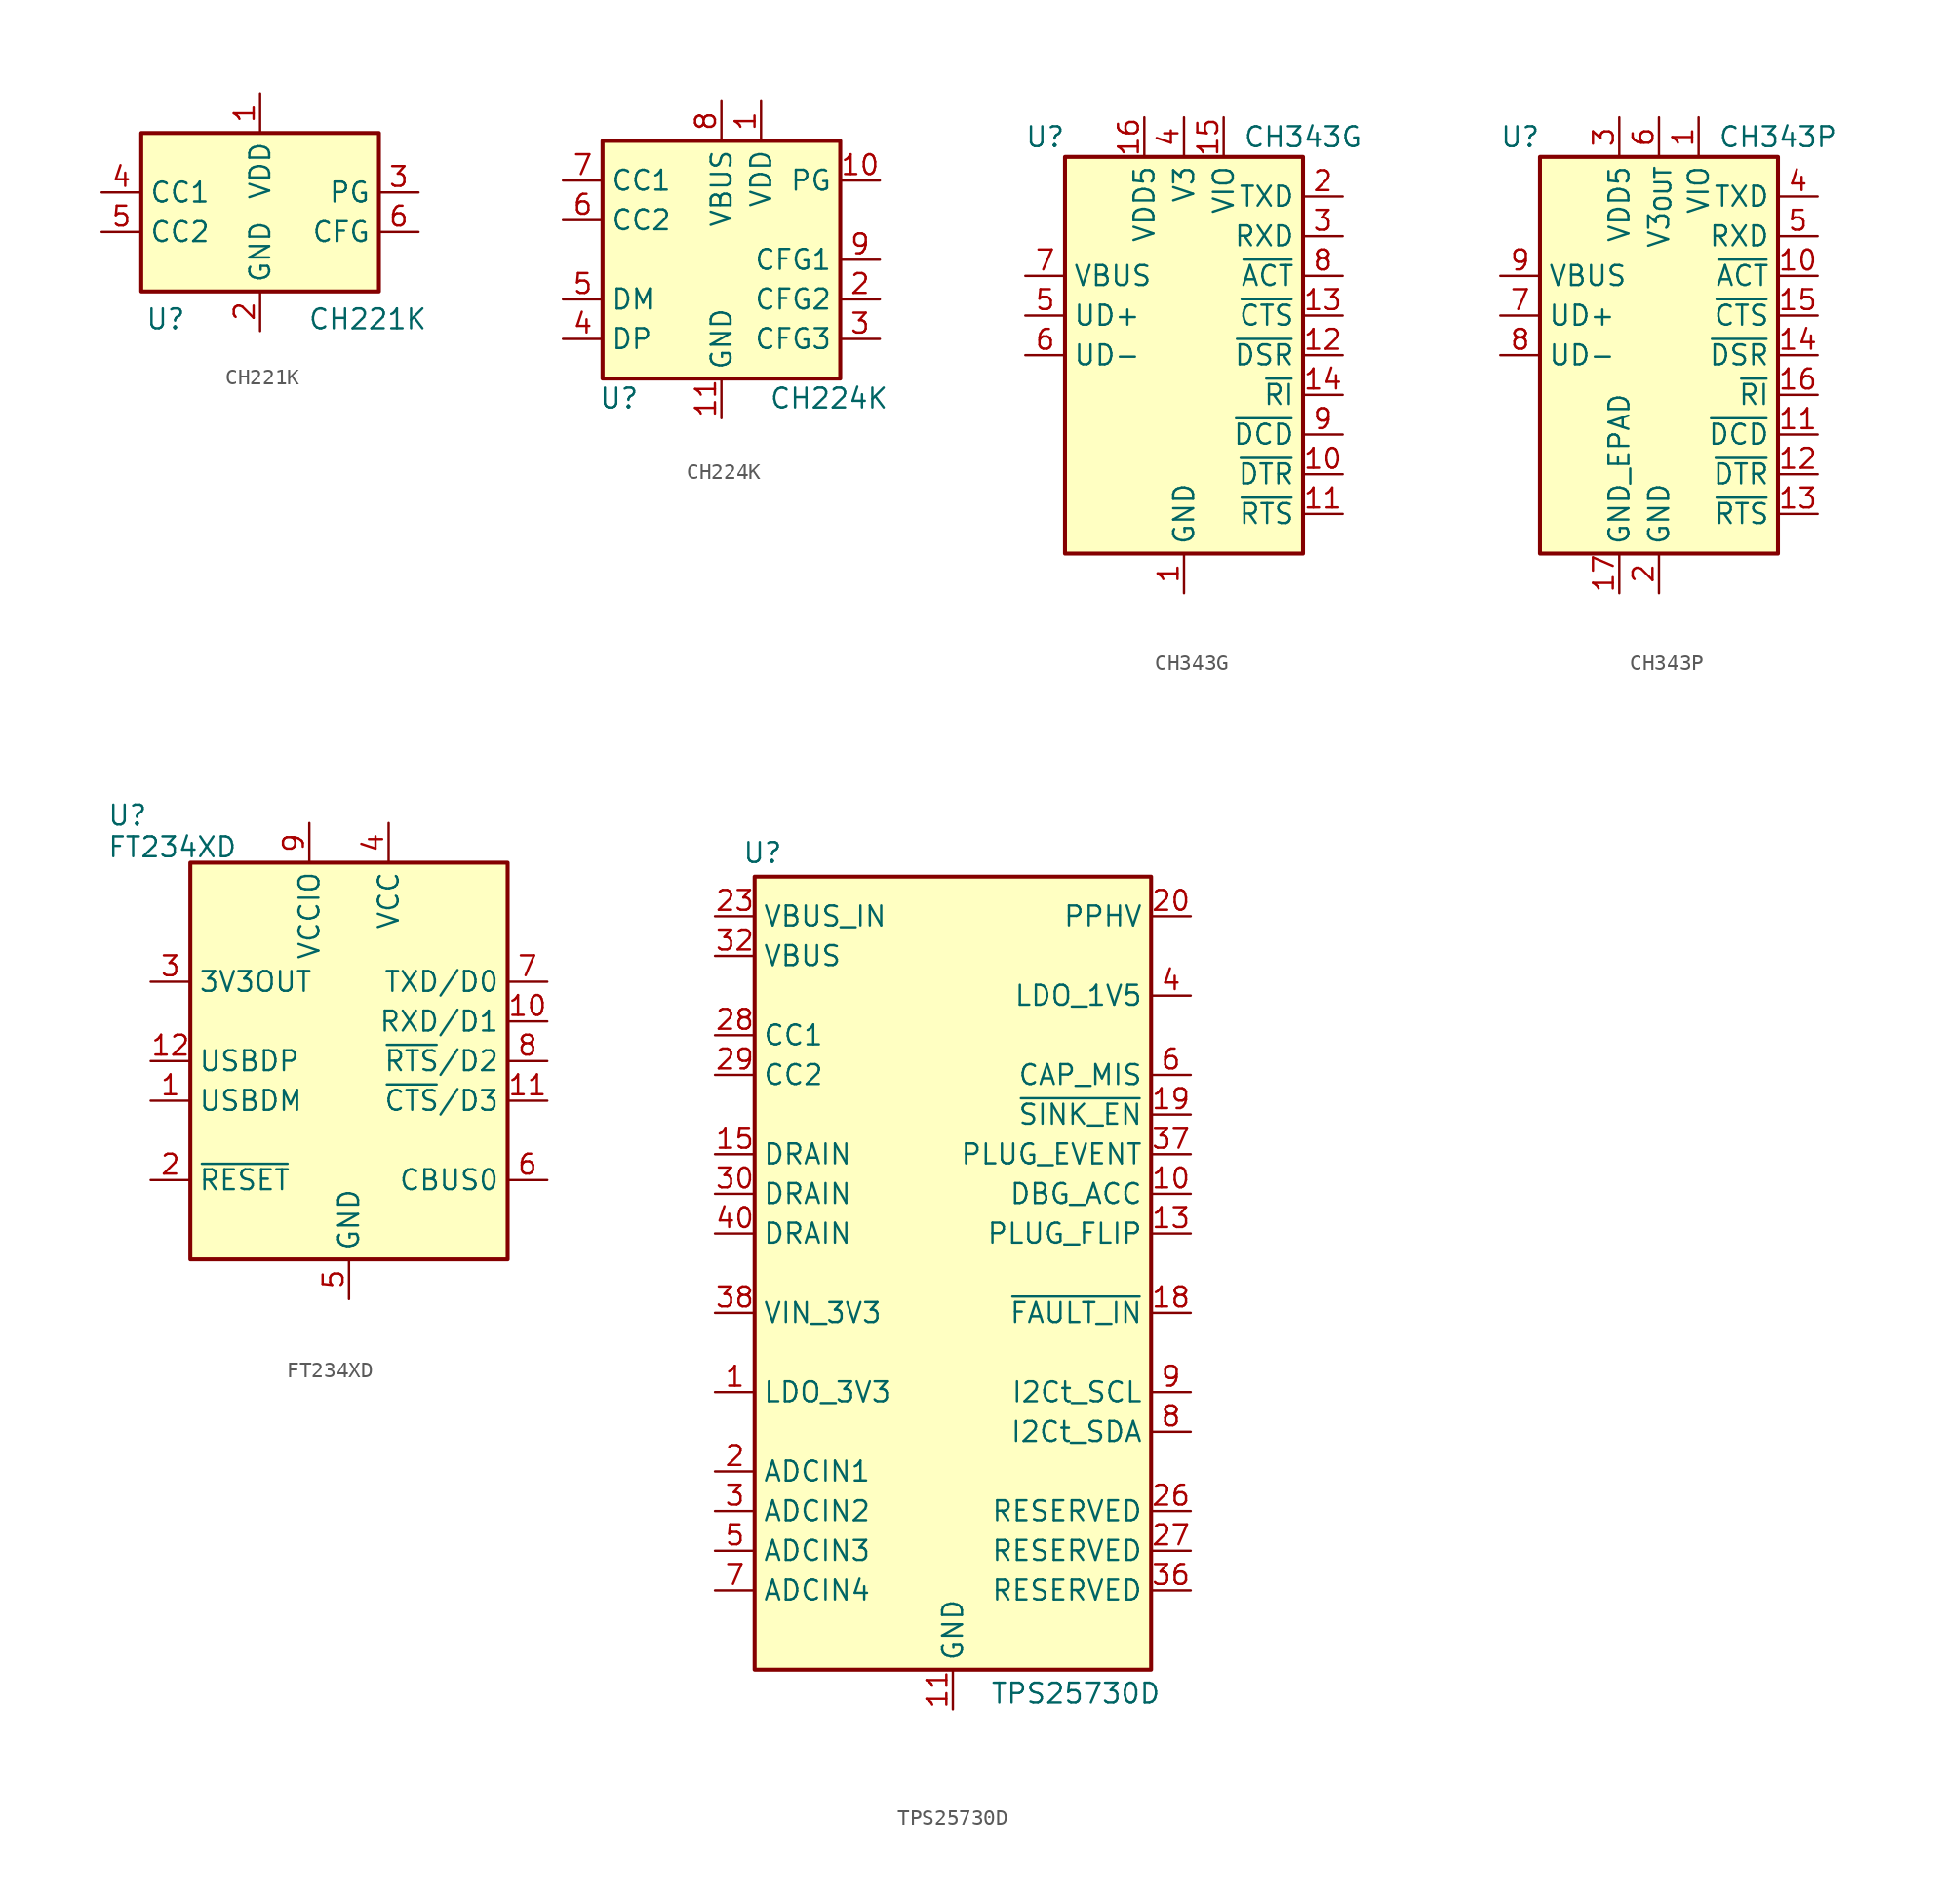
<source format=kicad_sym>
(kicad_symbol_lib
  (version 20231120)
  (generator "kicad_symbol_editor")
  (generator_version "8.0")
  (symbol "CH221K"
    (property "Reference" "U"
      (at -7.366 -6.858 0)
      (effects (font (size 1.27 1.27)) (justify left)))
    (property "Value" "CH221K"
      (at 3.048 -6.858 0)
      (effects (font (size 1.27 1.27)) (justify left)))
    (symbol "CH221K_1_1"
      (rectangle (start -7.62 5.08) (end 7.62 -5.08) (stroke (width 0.254) (type default)) (fill (type background)))
      (pin power_in line (at 0 7.62 270) (length 2.54) (name "VDD" (effects (font (size 1.27 1.27)))) (number "1" (effects (font (size 1.27 1.27)))))
      (pin power_in line (at 0 -7.62 90) (length 2.54) (name "GND" (effects (font (size 1.27 1.27)))) (number "2" (effects (font (size 1.27 1.27)))))
      (pin open_collector line (at 10.16 1.27 180) (length 2.54) (name "PG" (effects (font (size 1.27 1.27)))) (number "3" (effects (font (size 1.27 1.27)))))
      (pin bidirectional line (at -10.16 1.27 0) (length 2.54) (name "CC1" (effects (font (size 1.27 1.27)))) (number "4" (effects (font (size 1.27 1.27)))))
      (pin bidirectional line (at -10.16 -1.27 0) (length 2.54) (name "CC2" (effects (font (size 1.27 1.27)))) (number "5" (effects (font (size 1.27 1.27)))))
      (pin passive line (at 10.16 -1.27 180) (length 2.54) (name "CFG" (effects (font (size 1.27 1.27)))) (number "6" (effects (font (size 1.27 1.27)))))))
  (symbol "CH224K"
    (property "Reference" "U"
      (at -7.874 -8.89 0)
      (effects (font (size 1.27 1.27)) (justify left)))
    (property "Value" "CH224K"
      (at 3.048 -8.89 0)
      (effects (font (size 1.27 1.27)) (justify left)))
    (symbol "CH224K_1_1"
      (rectangle (start -7.62 7.62) (end 7.62 -7.62) (stroke (width 0.254) (type default)) (fill (type background)))
      (pin power_in line (at 2.54 10.16 270) (length 2.54) (name "VDD" (effects (font (size 1.27 1.27)))) (number "1" (effects (font (size 1.27 1.27)))))
      (pin open_collector line (at 10.16 5.08 180) (length 2.54) (name "PG" (effects (font (size 1.27 1.27)))) (number "10" (effects (font (size 1.27 1.27)))))
      (pin power_in line (at 0 -10.16 90) (length 2.54) (name "GND" (effects (font (size 1.27 1.27)))) (number "11" (effects (font (size 1.27 1.27)))))
      (pin passive line (at 10.16 -2.54 180) (length 2.54) (name "CFG2" (effects (font (size 1.27 1.27)))) (number "2" (effects (font (size 1.27 1.27)))))
      (pin passive line (at 10.16 -5.08 180) (length 2.54) (name "CFG3" (effects (font (size 1.27 1.27)))) (number "3" (effects (font (size 1.27 1.27)))))
      (pin bidirectional line (at -10.16 -5.08 0) (length 2.54) (name "DP" (effects (font (size 1.27 1.27)))) (number "4" (effects (font (size 1.27 1.27)))))
      (pin bidirectional line (at -10.16 -2.54 0) (length 2.54) (name "DM" (effects (font (size 1.27 1.27)))) (number "5" (effects (font (size 1.27 1.27)))))
      (pin bidirectional line (at -10.16 2.54 0) (length 2.54) (name "CC2" (effects (font (size 1.27 1.27)))) (number "6" (effects (font (size 1.27 1.27)))))
      (pin bidirectional line (at -10.16 5.08 0) (length 2.54) (name "CC1" (effects (font (size 1.27 1.27)))) (number "7" (effects (font (size 1.27 1.27)))))
      (pin passive line (at 0 10.16 270) (length 2.54) (name "VBUS" (effects (font (size 1.27 1.27)))) (number "8" (effects (font (size 1.27 1.27)))))
      (pin passive line (at 10.16 0 180) (length 2.54) (name "CFG1" (effects (font (size 1.27 1.27)))) (number "9" (effects (font (size 1.27 1.27)))))))
  (symbol "CH343G"
    (property "Reference" "U"
      (at -8.89 13.97 0)
      (effects (font (size 1.27 1.27))))
    (property "Value" "CH343G"
      (at 7.62 13.97 0)
      (effects (font (size 1.27 1.27))))
    (symbol "CH343G_0_1"
      (rectangle (start -7.62 12.7) (end 7.62 -12.7) (stroke (width 0.254) (type default)) (fill (type background))))
    (symbol "CH343G_1_1"
      (pin power_in line (at 0 -15.24 90) (length 2.54) (name "GND" (effects (font (size 1.27 1.27)))) (number "1" (effects (font (size 1.27 1.27)))))
      (pin output line (at 10.16 -7.62 180) (length 2.54) (name "~{DTR}" (effects (font (size 1.27 1.27)))) (number "10" (effects (font (size 1.27 1.27)))))
      (pin output line (at 10.16 -10.16 180) (length 2.54) (name "~{RTS}" (effects (font (size 1.27 1.27)))) (number "11" (effects (font (size 1.27 1.27)))))
      (pin input line (at 10.16 0 180) (length 2.54) (name "~{DSR}" (effects (font (size 1.27 1.27)))) (number "12" (effects (font (size 1.27 1.27)))))
      (pin input line (at 10.16 2.54 180) (length 2.54) (name "~{CTS}" (effects (font (size 1.27 1.27)))) (number "13" (effects (font (size 1.27 1.27)))))
      (pin input line (at 10.16 -2.54 180) (length 2.54) (name "~{RI}" (effects (font (size 1.27 1.27)))) (number "14" (effects (font (size 1.27 1.27)))))
      (pin power_in line (at 2.54 15.24 270) (length 2.54) (name "VIO" (effects (font (size 1.27 1.27)))) (number "15" (effects (font (size 1.27 1.27)))))
      (pin power_in line (at -2.54 15.24 270) (length 2.54) (name "VDD5" (effects (font (size 1.27 1.27)))) (number "16" (effects (font (size 1.27 1.27)))))
      (pin output line (at 10.16 10.16 180) (length 2.54) (name "TXD" (effects (font (size 1.27 1.27)))) (number "2" (effects (font (size 1.27 1.27)))))
      (pin input line (at 10.16 7.62 180) (length 2.54) (name "RXD" (effects (font (size 1.27 1.27)))) (number "3" (effects (font (size 1.27 1.27)))))
      (pin power_out line (at 0 15.24 270) (length 2.54) (name "V3" (effects (font (size 1.27 1.27)))) (number "4" (effects (font (size 1.27 1.27)))))
      (pin bidirectional line (at -10.16 2.54 0) (length 2.54) (name "UD+" (effects (font (size 1.27 1.27)))) (number "5" (effects (font (size 1.27 1.27)))))
      (pin bidirectional line (at -10.16 0 0) (length 2.54) (name "UD-" (effects (font (size 1.27 1.27)))) (number "6" (effects (font (size 1.27 1.27)))))
      (pin input line (at -10.16 5.08 0) (length 2.54) (name "VBUS" (effects (font (size 1.27 1.27)))) (number "7" (effects (font (size 1.27 1.27)))))
      (pin output line (at 10.16 5.08 180) (length 2.54) (name "~{ACT}" (effects (font (size 1.27 1.27)))) (number "8" (effects (font (size 1.27 1.27)))))
      (pin input line (at 10.16 -5.08 180) (length 2.54) (name "~{DCD}" (effects (font (size 1.27 1.27)))) (number "9" (effects (font (size 1.27 1.27)))))))
  (symbol "CH343P"
    (property "Reference" "U"
      (at -8.89 13.97 0)
      (effects (font (size 1.27 1.27))))
    (property "Value" "CH343P"
      (at 7.62 13.97 0)
      (effects (font (size 1.27 1.27))))
    (symbol "CH343P_0_1"
      (rectangle (start -7.62 12.7) (end 7.62 -12.7) (stroke (width 0.254) (type default)) (fill (type background))))
    (symbol "CH343P_1_0"
      (pin power_in line (at -2.54 -15.24 90) (length 2.54) (name "GND_EPAD" (effects (font (size 1.27 1.27)))) (number "17" (effects (font (size 1.27 1.27)))))
      (pin power_in line (at 0 -15.24 90) (length 2.54) (name "GND" (effects (font (size 1.27 1.27)))) (number "2" (effects (font (size 1.27 1.27))))))
    (symbol "CH343P_1_1"
      (pin power_in line (at 2.54 15.24 270) (length 2.54) (name "VIO" (effects (font (size 1.27 1.27)))) (number "1" (effects (font (size 1.27 1.27)))))
      (pin output line (at 10.16 5.08 180) (length 2.54) (name "~{ACT}" (effects (font (size 1.27 1.27)))) (number "10" (effects (font (size 1.27 1.27)))))
      (pin input line (at 10.16 -5.08 180) (length 2.54) (name "~{DCD}" (effects (font (size 1.27 1.27)))) (number "11" (effects (font (size 1.27 1.27)))))
      (pin output line (at 10.16 -7.62 180) (length 2.54) (name "~{DTR}" (effects (font (size 1.27 1.27)))) (number "12" (effects (font (size 1.27 1.27)))))
      (pin output line (at 10.16 -10.16 180) (length 2.54) (name "~{RTS}" (effects (font (size 1.27 1.27)))) (number "13" (effects (font (size 1.27 1.27)))))
      (pin input line (at 10.16 0 180) (length 2.54) (name "~{DSR}" (effects (font (size 1.27 1.27)))) (number "14" (effects (font (size 1.27 1.27)))))
      (pin input line (at 10.16 2.54 180) (length 2.54) (name "~{CTS}" (effects (font (size 1.27 1.27)))) (number "15" (effects (font (size 1.27 1.27)))))
      (pin input line (at 10.16 -2.54 180) (length 2.54) (name "~{RI}" (effects (font (size 1.27 1.27)))) (number "16" (effects (font (size 1.27 1.27)))))
      (pin power_in line (at -2.54 15.24 270) (length 2.54) (name "VDD5" (effects (font (size 1.27 1.27)))) (number "3" (effects (font (size 1.27 1.27)))))
      (pin output line (at 10.16 10.16 180) (length 2.54) (name "TXD" (effects (font (size 1.27 1.27)))) (number "4" (effects (font (size 1.27 1.27)))))
      (pin input line (at 10.16 7.62 180) (length 2.54) (name "RXD" (effects (font (size 1.27 1.27)))) (number "5" (effects (font (size 1.27 1.27)))))
      (pin power_out line (at 0 15.24 270) (length 2.54) (name "V3_{OUT}" (effects (font (size 1.27 1.27)))) (number "6" (effects (font (size 1.27 1.27)))) (alternate "V3_{IN}" power_in line))
      (pin bidirectional line (at -10.16 2.54 0) (length 2.54) (name "UD+" (effects (font (size 1.27 1.27)))) (number "7" (effects (font (size 1.27 1.27)))))
      (pin bidirectional line (at -10.16 0 0) (length 2.54) (name "UD-" (effects (font (size 1.27 1.27)))) (number "8" (effects (font (size 1.27 1.27)))))
      (pin input line (at -10.16 5.08 0) (length 2.54) (name "VBUS" (effects (font (size 1.27 1.27)))) (number "9" (effects (font (size 1.27 1.27)))))))
  (symbol "FT234XD"
    (property "Reference" "U"
      (at -15.494 14.986 0)
      (effects (font (size 1.27 1.27)) (justify left bottom)))
    (property "Value" "FT234XD"
      (at -15.494 12.954 0)
      (effects (font (size 1.27 1.27)) (justify left bottom)))
    (symbol "FT234XD_0_0"
      (rectangle (start -10.16 12.7) (end 10.16 -12.7) (stroke (width 0.254) (type default)) (fill (type background))))
    (symbol "FT234XD_1_0"
      (pin bidirectional line (at -12.7 -2.54 0) (length 2.54) (name "USBDM" (effects (font (size 1.27 1.27)))) (number "1" (effects (font (size 1.27 1.27)))))
      (pin bidirectional line (at 12.7 2.54 180) (length 2.54) (name "RXD/D1" (effects (font (size 1.27 1.27)))) (number "10" (effects (font (size 1.27 1.27)))) (alternate "D1" bidirectional line) (alternate "RXD" input line))
      (pin bidirectional line (at 12.7 -2.54 180) (length 2.54) (name "~{CTS}/D3" (effects (font (size 1.27 1.27)))) (number "11" (effects (font (size 1.27 1.27)))) (alternate "D3" bidirectional line) (alternate "~{CTS}" input line))
      (pin bidirectional line (at -12.7 0 0) (length 2.54) (name "USBDP" (effects (font (size 1.27 1.27)))) (number "12" (effects (font (size 1.27 1.27)))))
      (pin passive line (at 0 -15.24 90) (length 2.54) hide (name "GND" (effects (font (size 1.27 1.27)))) (number "13" (effects (font (size 1.27 1.27)))))
      (pin input line (at -12.7 -7.62 0) (length 2.54) (name "~{RESET}" (effects (font (size 1.27 1.27)))) (number "2" (effects (font (size 1.27 1.27)))))
      (pin power_out line (at -12.7 5.08 0) (length 2.54) (name "3V3OUT" (effects (font (size 1.27 1.27)))) (number "3" (effects (font (size 1.27 1.27)))) (alternate "3V3IN" power_in line))
      (pin power_in line (at 2.54 15.24 270) (length 2.54) (name "VCC" (effects (font (size 1.27 1.27)))) (number "4" (effects (font (size 1.27 1.27)))))
      (pin power_in line (at 0 -15.24 90) (length 2.54) (name "GND" (effects (font (size 1.27 1.27)))) (number "5" (effects (font (size 1.27 1.27)))))
      (pin bidirectional line (at 12.7 -7.62 180) (length 2.54) (name "CBUS0" (effects (font (size 1.27 1.27)))) (number "6" (effects (font (size 1.27 1.27)))))
      (pin bidirectional line (at 12.7 5.08 180) (length 2.54) (name "TXD/D0" (effects (font (size 1.27 1.27)))) (number "7" (effects (font (size 1.27 1.27)))) (alternate "D0" bidirectional line) (alternate "TXD" output line))
      (pin bidirectional line (at 12.7 0 180) (length 2.54) (name "~{RTS}/D2" (effects (font (size 1.27 1.27)))) (number "8" (effects (font (size 1.27 1.27)))) (alternate "D2" bidirectional line) (alternate "~{RTS}" output line))
      (pin power_in line (at -2.54 15.24 270) (length 2.54) (name "VCCIO" (effects (font (size 1.27 1.27)))) (number "9" (effects (font (size 1.27 1.27)))))))
  (symbol "TPS25730D"
    (property "Reference" "U"
      (at -12.192 26.924 0)
      (effects (font (size 1.27 1.27))))
    (property "Value" "TPS25730D"
      (at 7.874 -26.924 0)
      (effects (font (size 1.27 1.27))))
    (symbol "TPS25730D_1_1"
      (rectangle (start -12.7 25.4) (end 12.7 -25.4) (stroke (width 0.254) (type default)) (fill (type background)))
      (pin power_out line (at -15.24 -7.62 0) (length 2.54) (name "LDO_3V3" (effects (font (size 1.27 1.27)))) (number "1" (effects (font (size 1.27 1.27)))))
      (pin open_collector line (at 15.24 5.08 180) (length 2.54) (name "DBG_ACC" (effects (font (size 1.27 1.27)))) (number "10" (effects (font (size 1.27 1.27)))))
      (pin power_in line (at 0 -27.94 90) (length 2.54) (name "GND" (effects (font (size 1.27 1.27)))) (number "11" (effects (font (size 1.27 1.27)))))
      (pin passive line (at 0 -27.94 90) (length 2.54) hide (name "GND" (effects (font (size 1.27 1.27)))) (number "12" (effects (font (size 1.27 1.27)))))
      (pin open_collector line (at 15.24 2.54 180) (length 2.54) (name "PLUG_FLIP" (effects (font (size 1.27 1.27)))) (number "13" (effects (font (size 1.27 1.27)))))
      (pin passive line (at 0 -27.94 90) (length 2.54) hide (name "GND" (effects (font (size 1.27 1.27)))) (number "14" (effects (font (size 1.27 1.27)))))
      (pin passive line (at -15.24 7.62 0) (length 2.54) (name "DRAIN" (effects (font (size 1.27 1.27)))) (number "15" (effects (font (size 1.27 1.27)))))
      (pin passive line (at 0 -27.94 90) (length 2.54) hide (name "GND" (effects (font (size 1.27 1.27)))) (number "16" (effects (font (size 1.27 1.27)))))
      (pin passive line (at 0 -27.94 90) (length 2.54) hide (name "GND" (effects (font (size 1.27 1.27)))) (number "17" (effects (font (size 1.27 1.27)))))
      (pin input line (at 15.24 -2.54 180) (length 2.54) (name "~{FAULT_IN}" (effects (font (size 1.27 1.27)))) (number "18" (effects (font (size 1.27 1.27)))))
      (pin open_collector line (at 15.24 10.16 180) (length 2.54) (name "~{SINK_EN}" (effects (font (size 1.27 1.27)))) (number "19" (effects (font (size 1.27 1.27)))))
      (pin input line (at -15.24 -12.7 0) (length 2.54) (name "ADCIN1" (effects (font (size 1.27 1.27)))) (number "2" (effects (font (size 1.27 1.27)))))
      (pin bidirectional line (at 15.24 22.86 180) (length 2.54) (name "PPHV" (effects (font (size 1.27 1.27)))) (number "20" (effects (font (size 1.27 1.27)))))
      (pin power_in line (at -15.24 22.86 0) (length 2.54) (name "VBUS_IN" (effects (font (size 1.27 1.27)))) (number "23" (effects (font (size 1.27 1.27)))))
      (pin input line (at 15.24 -15.24 180) (length 2.54) (name "RESERVED" (effects (font (size 1.27 1.27)))) (number "26" (effects (font (size 1.27 1.27)))))
      (pin input line (at 15.24 -17.78 180) (length 2.54) (name "RESERVED" (effects (font (size 1.27 1.27)))) (number "27" (effects (font (size 1.27 1.27)))))
      (pin bidirectional line (at -15.24 15.24 0) (length 2.54) (name "CC1" (effects (font (size 1.27 1.27)))) (number "28" (effects (font (size 1.27 1.27)))))
      (pin bidirectional line (at -15.24 12.7 0) (length 2.54) (name "CC2" (effects (font (size 1.27 1.27)))) (number "29" (effects (font (size 1.27 1.27)))))
      (pin input line (at -15.24 -15.24 0) (length 2.54) (name "ADCIN2" (effects (font (size 1.27 1.27)))) (number "3" (effects (font (size 1.27 1.27)))))
      (pin passive line (at -15.24 5.08 0) (length 2.54) (name "DRAIN" (effects (font (size 1.27 1.27)))) (number "30" (effects (font (size 1.27 1.27)))))
      (pin passive line (at 0 -27.94 90) (length 2.54) hide (name "GND" (effects (font (size 1.27 1.27)))) (number "31" (effects (font (size 1.27 1.27)))))
      (pin power_in line (at -15.24 20.32 0) (length 2.54) (name "VBUS" (effects (font (size 1.27 1.27)))) (number "32" (effects (font (size 1.27 1.27)))))
      (pin passive line (at 0 -27.94 90) (length 2.54) hide (name "GND" (effects (font (size 1.27 1.27)))) (number "34" (effects (font (size 1.27 1.27)))))
      (pin input line (at 15.24 -20.32 180) (length 2.54) (name "RESERVED" (effects (font (size 1.27 1.27)))) (number "36" (effects (font (size 1.27 1.27)))))
      (pin open_collector line (at 15.24 7.62 180) (length 2.54) (name "PLUG_EVENT" (effects (font (size 1.27 1.27)))) (number "37" (effects (font (size 1.27 1.27)))))
      (pin power_in line (at -15.24 -2.54 0) (length 2.54) (name "VIN_3V3" (effects (font (size 1.27 1.27)))) (number "38" (effects (font (size 1.27 1.27)))))
      (pin passive line (at 0 -27.94 90) (length 2.54) hide (name "GND" (effects (font (size 1.27 1.27)))) (number "39" (effects (font (size 1.27 1.27)))))
      (pin output line (at 15.24 17.78 180) (length 2.54) (name "LDO_1V5" (effects (font (size 1.27 1.27)))) (number "4" (effects (font (size 1.27 1.27)))))
      (pin passive line (at -15.24 2.54 0) (length 2.54) (name "DRAIN" (effects (font (size 1.27 1.27)))) (number "40" (effects (font (size 1.27 1.27)))))
      (pin input line (at -15.24 -17.78 0) (length 2.54) (name "ADCIN3" (effects (font (size 1.27 1.27)))) (number "5" (effects (font (size 1.27 1.27)))))
      (pin open_collector line (at 15.24 12.7 180) (length 2.54) (name "CAP_MIS" (effects (font (size 1.27 1.27)))) (number "6" (effects (font (size 1.27 1.27)))))
      (pin input line (at -15.24 -20.32 0) (length 2.54) (name "ADCIN4" (effects (font (size 1.27 1.27)))) (number "7" (effects (font (size 1.27 1.27)))))
      (pin bidirectional line (at 15.24 -10.16 180) (length 2.54) (name "I2Ct_SDA" (effects (font (size 1.27 1.27)))) (number "8" (effects (font (size 1.27 1.27)))))
      (pin input line (at 15.24 -7.62 180) (length 2.54) (name "I2Ct_SCL" (effects (font (size 1.27 1.27)))) (number "9" (effects (font (size 1.27 1.27))))))))
</source>
